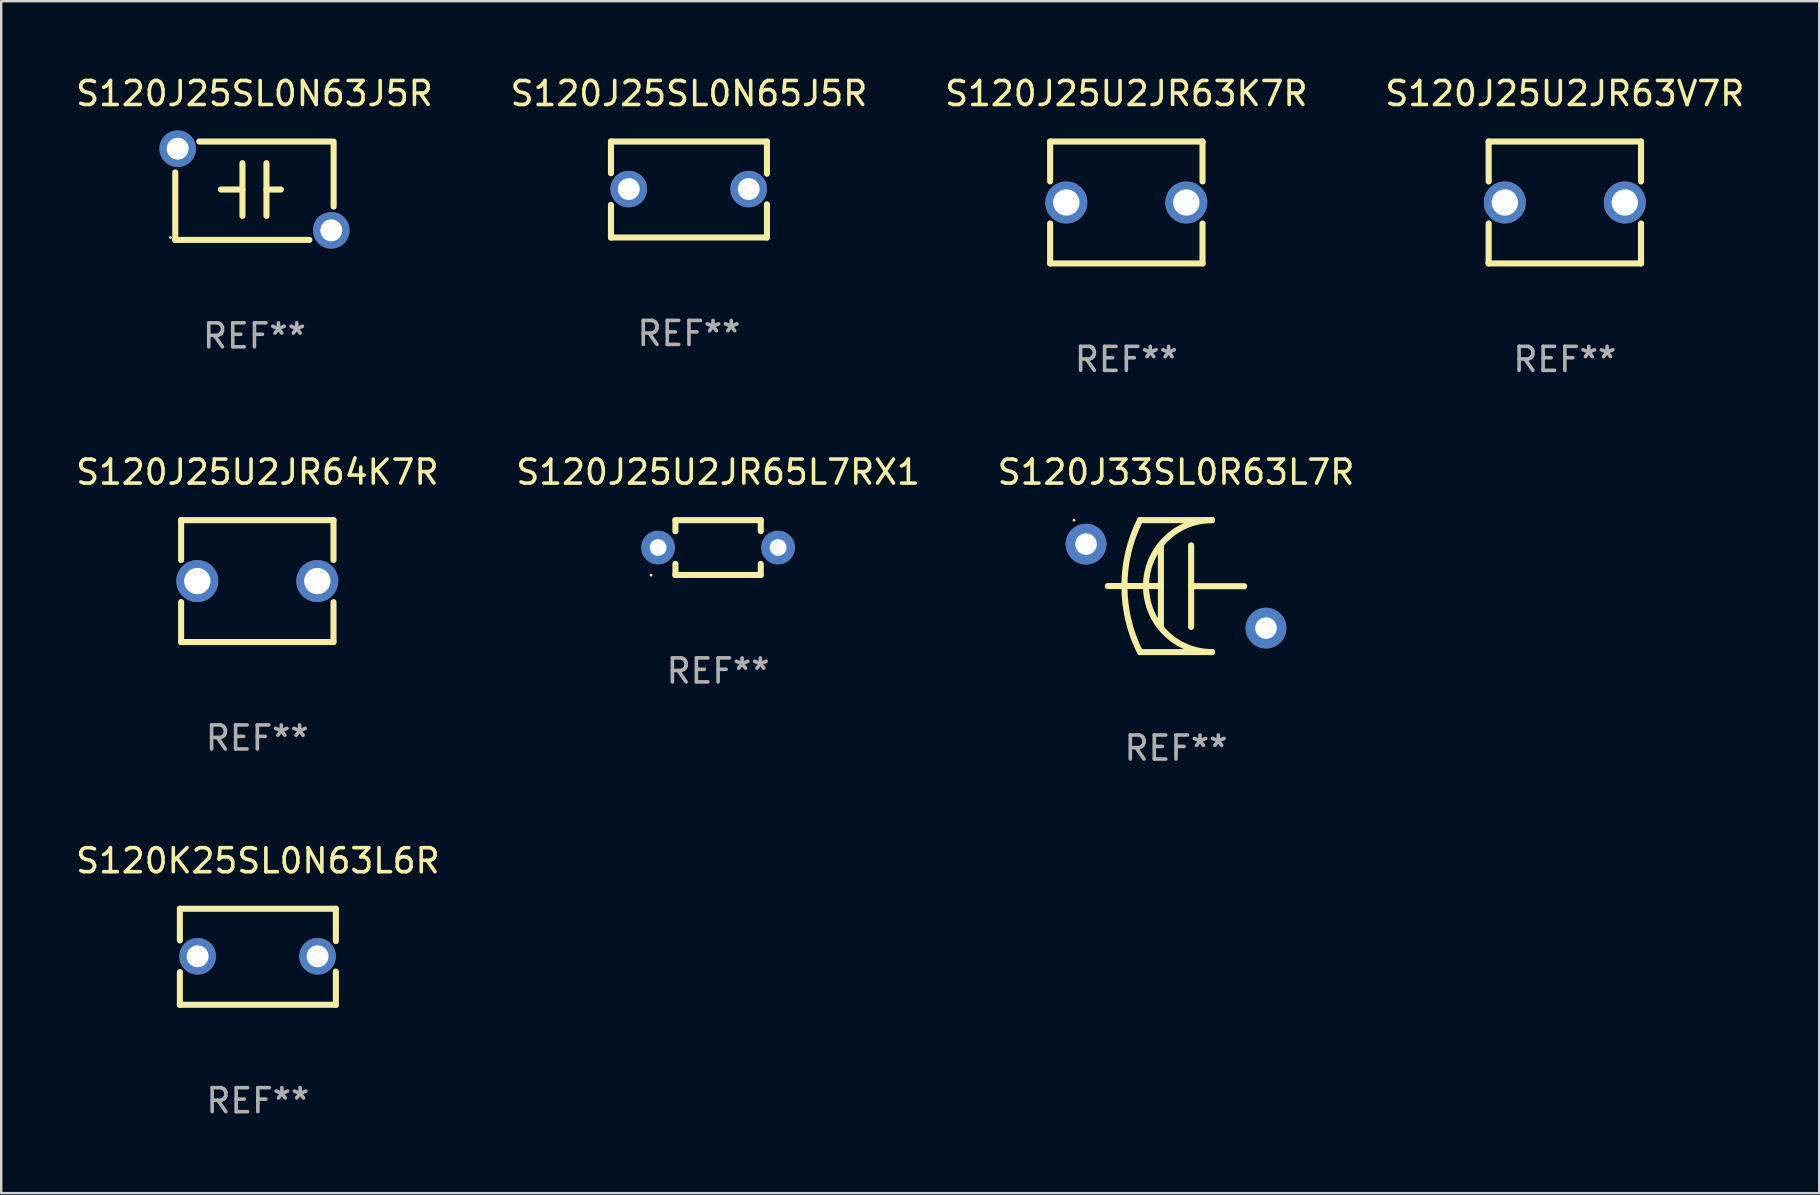
<source format=kicad_pcb>
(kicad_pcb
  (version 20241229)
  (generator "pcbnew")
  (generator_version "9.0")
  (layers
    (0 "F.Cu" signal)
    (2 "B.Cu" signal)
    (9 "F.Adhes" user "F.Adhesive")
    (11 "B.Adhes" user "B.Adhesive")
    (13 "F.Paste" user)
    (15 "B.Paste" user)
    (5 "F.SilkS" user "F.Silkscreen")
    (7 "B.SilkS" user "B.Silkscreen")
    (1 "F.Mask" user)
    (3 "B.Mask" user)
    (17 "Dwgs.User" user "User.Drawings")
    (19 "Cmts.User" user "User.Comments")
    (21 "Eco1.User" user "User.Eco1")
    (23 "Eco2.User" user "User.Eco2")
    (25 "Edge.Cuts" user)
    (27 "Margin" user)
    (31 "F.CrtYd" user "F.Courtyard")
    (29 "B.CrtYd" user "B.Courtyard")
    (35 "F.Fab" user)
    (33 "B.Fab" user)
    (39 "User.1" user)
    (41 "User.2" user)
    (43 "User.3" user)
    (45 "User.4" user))
  (footprint "S120J25U2JR63K7R"
    (layer "F.Cu")
    (at 43.887 5.388)
    (property "Reference" "S120J25U2JR63K7R" (at 0 -4.54 0) (layer "F.SilkS") (effects (font (size 1 1) (thickness 0.15))))
    (attr through_hole)
    (fp_line (start -3.175 -2.54) (end -3.175 -0.876) (stroke (width 0.254) (type solid)) (layer "F.SilkS"))
    (fp_line (start -3.175 0.876) (end -3.175 2.54) (stroke (width 0.254) (type solid)) (layer "F.SilkS"))
    (fp_line (start -3.175 2.54) (end 3.175 2.54) (stroke (width 0.254) (type solid)) (layer "F.SilkS"))
    (fp_line (start 3.175 -2.54) (end -3.175 -2.54) (stroke (width 0.254) (type solid)) (layer "F.SilkS"))
    (fp_line (start 3.175 -0.876) (end 3.175 -2.54) (stroke (width 0.254) (type solid)) (layer "F.SilkS"))
    (fp_line (start 3.175 2.54) (end 3.175 0.876) (stroke (width 0.254) (type solid)) (layer "F.SilkS"))
    (fp_circle (center -3.25 2.5) (end -3.22 2.5) (stroke (width 0.06) (type solid)) (fill no) (layer "F.SilkS"))
    (fp_text user "REF**" (at 0 6.54 0) (layer "F.Fab") (effects (font (size 1 1) (thickness 0.15))))
    (pad "1" thru_hole circle (at -2.5 0) (size 1.75 1.75) (drill 1.1) (layers "*.Cu" "*.Mask"))
    (pad "2" thru_hole circle (at 2.5 0) (size 1.75 1.75) (drill 1.1) (layers "*.Cu" "*.Mask")))
  (footprint "S120J25U2JR63V7R"
    (layer "F.Cu")
    (at 62.161 5.388)
    (property "Reference" "S120J25U2JR63V7R" (at 0 -4.54 0) (layer "F.SilkS") (effects (font (size 1 1) (thickness 0.15))))
    (attr through_hole)
    (fp_line (start -3.175 -2.54) (end -3.175 -0.876) (stroke (width 0.254) (type solid)) (layer "F.SilkS"))
    (fp_line (start -3.175 0.876) (end -3.175 2.54) (stroke (width 0.254) (type solid)) (layer "F.SilkS"))
    (fp_line (start -3.175 2.54) (end 3.175 2.54) (stroke (width 0.254) (type solid)) (layer "F.SilkS"))
    (fp_line (start 3.175 -2.54) (end -3.175 -2.54) (stroke (width 0.254) (type solid)) (layer "F.SilkS"))
    (fp_line (start 3.175 -0.876) (end 3.175 -2.54) (stroke (width 0.254) (type solid)) (layer "F.SilkS"))
    (fp_line (start 3.175 2.54) (end 3.175 0.876) (stroke (width 0.254) (type solid)) (layer "F.SilkS"))
    (fp_circle (center -3.25 2.5) (end -3.22 2.5) (stroke (width 0.06) (type solid)) (fill no) (layer "F.SilkS"))
    (fp_text user "REF**" (at 0 6.54 0) (layer "F.Fab") (effects (font (size 1 1) (thickness 0.15))))
    (pad "1" thru_hole circle (at -2.5 0) (size 1.75 1.75) (drill 1.1) (layers "*.Cu" "*.Mask"))
    (pad "2" thru_hole circle (at 2.5 0) (size 1.75 1.75) (drill 1.1) (layers "*.Cu" "*.Mask")))
  (footprint "S120J25SL0N63J5R"
    (layer "F.Cu")
    (at 7.554 4.898)
    (property "Reference" "S120J25SL0N63J5R" (at 0 -4.05 0) (layer "F.SilkS") (effects (font (size 1 1) (thickness 0.15))))
    (attr through_hole)
    (fp_line (start -3.3 2.05) (end -3.3 -0.762) (stroke (width 0.254) (type solid)) (layer "F.SilkS"))
    (fp_line (start -3.3 2.05) (end -3.3 2.05) (stroke (width 0.254) (type solid)) (layer "F.SilkS"))
    (fp_line (start -3.2 -2.05) (end -3.3 -2.05) (stroke (width 0.254) (type solid)) (layer "F.SilkS"))
    (fp_line (start -2.3 -2.05) (end 3.2 -2.05) (stroke (width 0.254) (type solid)) (layer "F.SilkS"))
    (fp_line (start -1.4 -0.05) (end -0.5 -0.05) (stroke (width 0.254) (type solid)) (layer "F.SilkS"))
    (fp_line (start -0.5 -1.15) (end -0.5 1.05) (stroke (width 0.254) (type solid)) (layer "F.SilkS"))
    (fp_line (start 0.5 -1.15) (end 0.5 1.05) (stroke (width 0.254) (type solid)) (layer "F.SilkS"))
    (fp_line (start 1.1 -0.05) (end 0.5 -0.05) (stroke (width 0.254) (type solid)) (layer "F.SilkS"))
    (fp_line (start 2.29 2.05) (end -3.3 2.05) (stroke (width 0.254) (type solid)) (layer "F.SilkS"))
    (fp_line (start 3.3 -2.05) (end 3.3 0.662) (stroke (width 0.254) (type solid)) (layer "F.SilkS"))
    (fp_circle (center -3.5 1.95) (end -3.47 1.95) (stroke (width 0.06) (type solid)) (fill no) (layer "F.SilkS"))
    (fp_text user "REF**" (at 0 6.05 0) (layer "F.Fab") (effects (font (size 1 1) (thickness 0.15))))
    (pad "1" thru_hole circle (at -3.2 -1.75) (size 1.524 1.524) (drill 0.914) (layers "*.Cu" "*.Mask"))
    (pad "2" thru_hole circle (at 3.2 1.65) (size 1.524 1.524) (drill 0.914) (layers "*.Cu" "*.Mask")))
  (footprint "S120J25U2JR64K7R"
    (layer "F.Cu")
    (at 7.673 21.165)
    (property "Reference" "S120J25U2JR64K7R" (at 0 -4.54 0) (layer "F.SilkS") (effects (font (size 1 1) (thickness 0.15))))
    (attr through_hole)
    (fp_line (start -3.175 -2.54) (end -3.175 -0.876) (stroke (width 0.254) (type solid)) (layer "F.SilkS"))
    (fp_line (start -3.175 0.876) (end -3.175 2.54) (stroke (width 0.254) (type solid)) (layer "F.SilkS"))
    (fp_line (start -3.175 2.54) (end 3.175 2.54) (stroke (width 0.254) (type solid)) (layer "F.SilkS"))
    (fp_line (start 3.175 -2.54) (end -3.175 -2.54) (stroke (width 0.254) (type solid)) (layer "F.SilkS"))
    (fp_line (start 3.175 -0.876) (end 3.175 -2.54) (stroke (width 0.254) (type solid)) (layer "F.SilkS"))
    (fp_line (start 3.175 2.54) (end 3.175 0.876) (stroke (width 0.254) (type solid)) (layer "F.SilkS"))
    (fp_circle (center -3.25 2.5) (end -3.22 2.5) (stroke (width 0.06) (type solid)) (fill no) (layer "F.SilkS"))
    (fp_text user "REF**" (at 0 6.54 0) (layer "F.Fab") (effects (font (size 1 1) (thickness 0.15))))
    (pad "1" thru_hole circle (at -2.5 0) (size 1.75 1.75) (drill 1.1) (layers "*.Cu" "*.Mask"))
    (pad "2" thru_hole circle (at 2.5 0) (size 1.75 1.75) (drill 1.1) (layers "*.Cu" "*.Mask")))
  (footprint "S120J25SL0N65J5R"
    (layer "F.Cu")
    (at 25.661 4.848)
    (property "Reference" "S120J25SL0N65J5R" (at 0 -4 0) (layer "F.SilkS") (effects (font (size 1 1) (thickness 0.15))))
    (attr through_hole)
    (fp_line (start -3.25 -2) (end -3.25 -0.68) (stroke (width 0.254) (type solid)) (layer "F.SilkS"))
    (fp_line (start -3.25 -2) (end 3.25 -2) (stroke (width 0.254) (type solid)) (layer "F.SilkS"))
    (fp_line (start -3.25 0.64) (end -3.25 2) (stroke (width 0.254) (type solid)) (layer "F.SilkS"))
    (fp_line (start 3.25 -2) (end 3.25 -0.657) (stroke (width 0.254) (type solid)) (layer "F.SilkS"))
    (fp_line (start 3.25 0.617) (end 3.25 2) (stroke (width 0.254) (type solid)) (layer "F.SilkS"))
    (fp_line (start 3.25 2) (end -3.25 2) (stroke (width 0.254) (type solid)) (layer "F.SilkS"))
    (fp_circle (center -3.26 1.98) (end -3.23 1.98) (stroke (width 0.06) (type solid)) (fill no) (layer "F.SilkS"))
    (fp_text user "REF**" (at 0 6 0) (layer "F.Fab") (effects (font (size 1 1) (thickness 0.15))))
    (pad "1" thru_hole circle (at -2.509 -0.02) (size 1.524 1.524) (drill 0.914) (layers "*.Cu" "*.Mask"))
    (pad "2" thru_hole circle (at 2.489 -0.02) (size 1.524 1.524) (drill 0.914) (layers "*.Cu" "*.Mask")))
  (footprint "S120J33SL0R63L7R"
    (layer "F.Cu")
    (at 45.958 21.375)
    (property "Reference" "S120J33SL0R63L7R" (at 0 -4.75 0) (layer "F.SilkS") (effects (font (size 1 1) (thickness 0.15))))
    (attr through_hole)
    (fp_line (start -1.5 -2.75) (end 1.5 -2.75) (stroke (width 0.254) (type solid)) (layer "F.SilkS"))
    (fp_line (start -0.63 -1.7) (end -0.63 1.7) (stroke (width 0.254) (type solid)) (layer "F.SilkS"))
    (fp_line (start -0.63 -0.004) (end -2.84 -0.004) (stroke (width 0.254) (type solid)) (layer "F.SilkS"))
    (fp_line (start 0.63 0.004) (end 2.84 0.004) (stroke (width 0.254) (type solid)) (layer "F.SilkS"))
    (fp_line (start 0.63 1.7) (end 0.63 -1.7) (stroke (width 0.254) (type solid)) (layer "F.SilkS"))
    (fp_line (start 1.5 2.75) (end -1.5 2.75) (stroke (width 0.254) (type solid)) (layer "F.SilkS"))
    (fp_arc (start -1.501143 2.750826) (mid -2.150039 0.000272) (end -1.5 -2.750013) (stroke (width 0.254001) (type solid)) (layer "F.SilkS"))
    (fp_arc (start 1.5 2.750013) (mid -1.249276 -0.000978) (end 1.501143 -2.750825) (stroke (width 0.254001) (type solid)) (layer "F.SilkS"))
    (fp_circle (center -4.251 -2.75) (end -4.221 -2.75) (stroke (width 0.06) (type solid)) (fill no) (layer "F.SilkS"))
    (fp_text user "REF**" (at 0 6.75 0) (layer "F.Fab") (effects (font (size 1 1) (thickness 0.15))))
    (pad "1" thru_hole circle (at -3.75 -1.75) (size 1.7 1.7) (drill 0.9) (layers "*.Cu" "*.Mask"))
    (pad "2" thru_hole circle (at 3.75 1.75) (size 1.7 1.7) (drill 0.9) (layers "*.Cu" "*.Mask")))
  (footprint "S120K25SL0N63L6R"
    (layer "F.Cu")
    (at 7.696 36.821)
    (property "Reference" "S120K25SL0N63L6R" (at 0 -4 0) (layer "F.SilkS") (effects (font (size 1 1) (thickness 0.15))))
    (attr through_hole)
    (fp_line (start -3.25 -2) (end -3.25 -0.68) (stroke (width 0.254) (type solid)) (layer "F.SilkS"))
    (fp_line (start -3.25 -2) (end 3.25 -2) (stroke (width 0.254) (type solid)) (layer "F.SilkS"))
    (fp_line (start -3.25 0.64) (end -3.25 2) (stroke (width 0.254) (type solid)) (layer "F.SilkS"))
    (fp_line (start 3.25 -2) (end 3.25 -0.657) (stroke (width 0.254) (type solid)) (layer "F.SilkS"))
    (fp_line (start 3.25 0.617) (end 3.25 2) (stroke (width 0.254) (type solid)) (layer "F.SilkS"))
    (fp_line (start 3.25 2) (end -3.25 2) (stroke (width 0.254) (type solid)) (layer "F.SilkS"))
    (fp_circle (center -3.26 1.98) (end -3.23 1.98) (stroke (width 0.06) (type solid)) (fill no) (layer "F.SilkS"))
    (fp_text user "REF**" (at 0 6 0) (layer "F.Fab") (effects (font (size 1 1) (thickness 0.15))))
    (pad "1" thru_hole circle (at -2.509 -0.02) (size 1.524 1.524) (drill 0.914) (layers "*.Cu" "*.Mask"))
    (pad "2" thru_hole circle (at 2.489 -0.02) (size 1.524 1.524) (drill 0.914) (layers "*.Cu" "*.Mask")))
  (footprint "S120J25U2JR65L7RX1"
    (layer "F.Cu")
    (at 26.875 19.768)
    (property "Reference" "S120J25U2JR65L7RX1" (at 0 -3.143 0) (layer "F.SilkS") (effects (font (size 1 1) (thickness 0.15))))
    (attr through_hole)
    (fp_line (start -1.778 -1.143) (end 1.778 -1.143) (stroke (width 0.254) (type solid)) (layer "F.SilkS"))
    (fp_line (start -1.778 -0.681) (end -1.778 -1.143) (stroke (width 0.254) (type solid)) (layer "F.SilkS"))
    (fp_line (start -1.778 1.143) (end -1.778 0.681) (stroke (width 0.254) (type solid)) (layer "F.SilkS"))
    (fp_line (start 1.778 -1.143) (end 1.778 -0.681) (stroke (width 0.254) (type solid)) (layer "F.SilkS"))
    (fp_line (start 1.778 0.681) (end 1.778 1.143) (stroke (width 0.254) (type solid)) (layer "F.SilkS"))
    (fp_line (start 1.778 1.143) (end -1.778 1.143) (stroke (width 0.254) (type solid)) (layer "F.SilkS"))
    (fp_circle (center -2.794 1.15) (end -2.764 1.15) (stroke (width 0.06) (type solid)) (fill no) (layer "F.SilkS"))
    (fp_text user "REF**" (at 0 5.143 0) (layer "F.Fab") (effects (font (size 1 1) (thickness 0.15))))
    (pad "1" thru_hole circle (at -2.5 0) (size 1.4 1.4) (drill 0.7) (layers "*.Cu" "*.Mask"))
    (pad "2" thru_hole circle (at 2.5 0) (size 1.4 1.4) (drill 0.7) (layers "*.Cu" "*.Mask")))
  (gr_rect
    (start -3 -3)
    (end 72.762 46.67)
    (stroke (width 0.1) (type default))
    (fill no)
    (layer "Edge.Cuts")))
</source>
